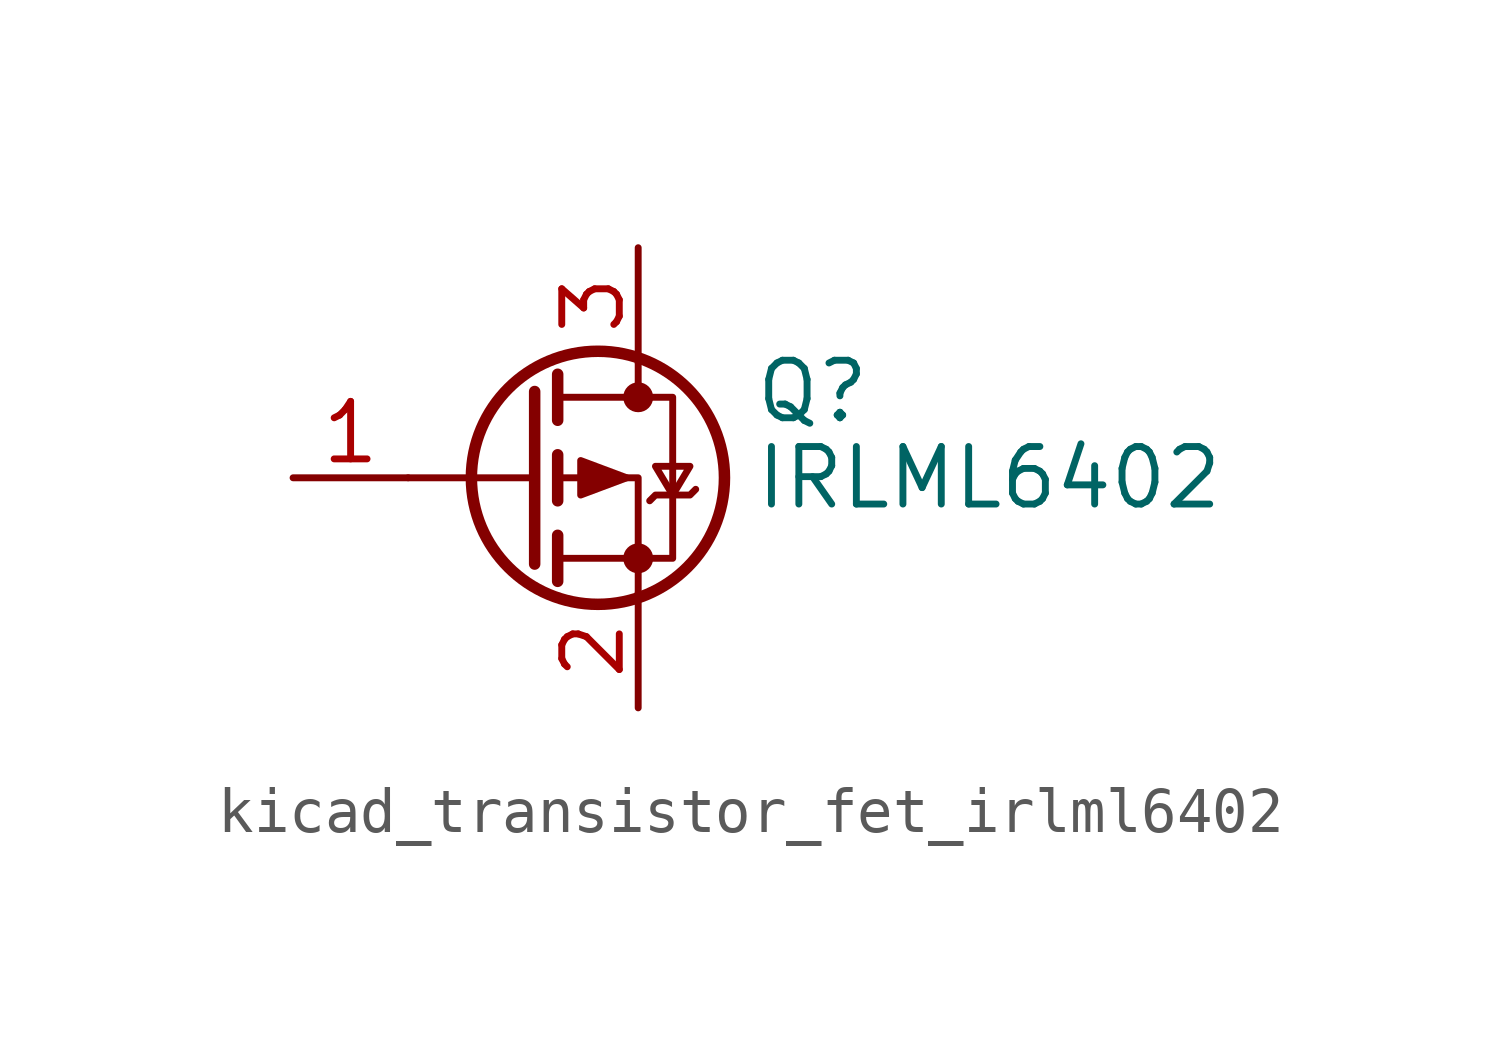
<source format=kicad_sym>
(kicad_symbol_lib
  (version 20220914)
  (generator kicad_symbol_editor)
  (symbol "kicad_transistor_fet_irlml6402"
    (pin_names hide)
    (property "Reference" "Q"
      (at 5.08 1.905 0)
      (effects (font (size 1.27 1.27)) (justify left)))
    (property "Value" "IRLML6402"
      (at 5.08 0 0)
      (effects (font (size 1.27 1.27)) (justify left)))
    (symbol "kicad_transistor_fet_irlml6402_0_1"
      (polyline (pts (xy 0.254 0) (xy -2.54 0)) (stroke (width 0) (type default)) (fill (type none)))
      (polyline (pts (xy 0.254 1.905) (xy 0.254 -1.905)) (stroke (width 0.254) (type default)) (fill (type none)))
      (polyline (pts (xy 0.762 -1.27) (xy 0.762 -2.286)) (stroke (width 0.254) (type default)) (fill (type none)))
      (polyline (pts (xy 0.762 0.508) (xy 0.762 -0.508)) (stroke (width 0.254) (type default)) (fill (type none)))
      (polyline (pts (xy 0.762 2.286) (xy 0.762 1.27)) (stroke (width 0.254) (type default)) (fill (type none)))
      (polyline (pts (xy 2.54 2.54) (xy 2.54 1.778)) (stroke (width 0) (type default)) (fill (type none)))
      (polyline (pts (xy 2.54 -2.54) (xy 2.54 0) (xy 0.762 0)) (stroke (width 0) (type default)) (fill (type none)))
      (polyline (pts (xy 0.762 1.778) (xy 3.302 1.778) (xy 3.302 -1.778) (xy 0.762 -1.778)) (stroke (width 0) (type default)) (fill (type none)))
      (polyline (pts (xy 2.286 0) (xy 1.27 0.381) (xy 1.27 -0.381) (xy 2.286 0)) (stroke (width 0) (type default)) (fill (type outline)))
      (polyline (pts (xy 2.794 -0.508) (xy 2.921 -0.381) (xy 3.683 -0.381) (xy 3.81 -0.254)) (stroke (width 0) (type default)) (fill (type none)))
      (polyline (pts (xy 3.302 -0.381) (xy 2.921 0.254) (xy 3.683 0.254) (xy 3.302 -0.381)) (stroke (width 0) (type default)) (fill (type none)))
      (circle (center 1.651 0) (radius 2.794) (stroke (width 0.254) (type default)) (fill (type none)))
      (circle (center 2.54 -1.778) (radius 0.254) (stroke (width 0) (type default)) (fill (type outline)))
      (circle (center 2.54 1.778) (radius 0.254) (stroke (width 0) (type default)) (fill (type outline))))
    (symbol "kicad_transistor_fet_irlml6402_1_1"
      (pin input line (at -5.08 0 0) (length 2.54) (name "G" (effects (font (size 1.27 1.27)))) (number "1" (effects (font (size 1.27 1.27)))))
      (pin passive line (at 2.54 -5.08 90) (length 2.54) (name "S" (effects (font (size 1.27 1.27)))) (number "2" (effects (font (size 1.27 1.27)))))
      (pin passive line (at 2.54 5.08 270) (length 2.54) (name "D" (effects (font (size 1.27 1.27)))) (number "3" (effects (font (size 1.27 1.27))))))))
</source>
